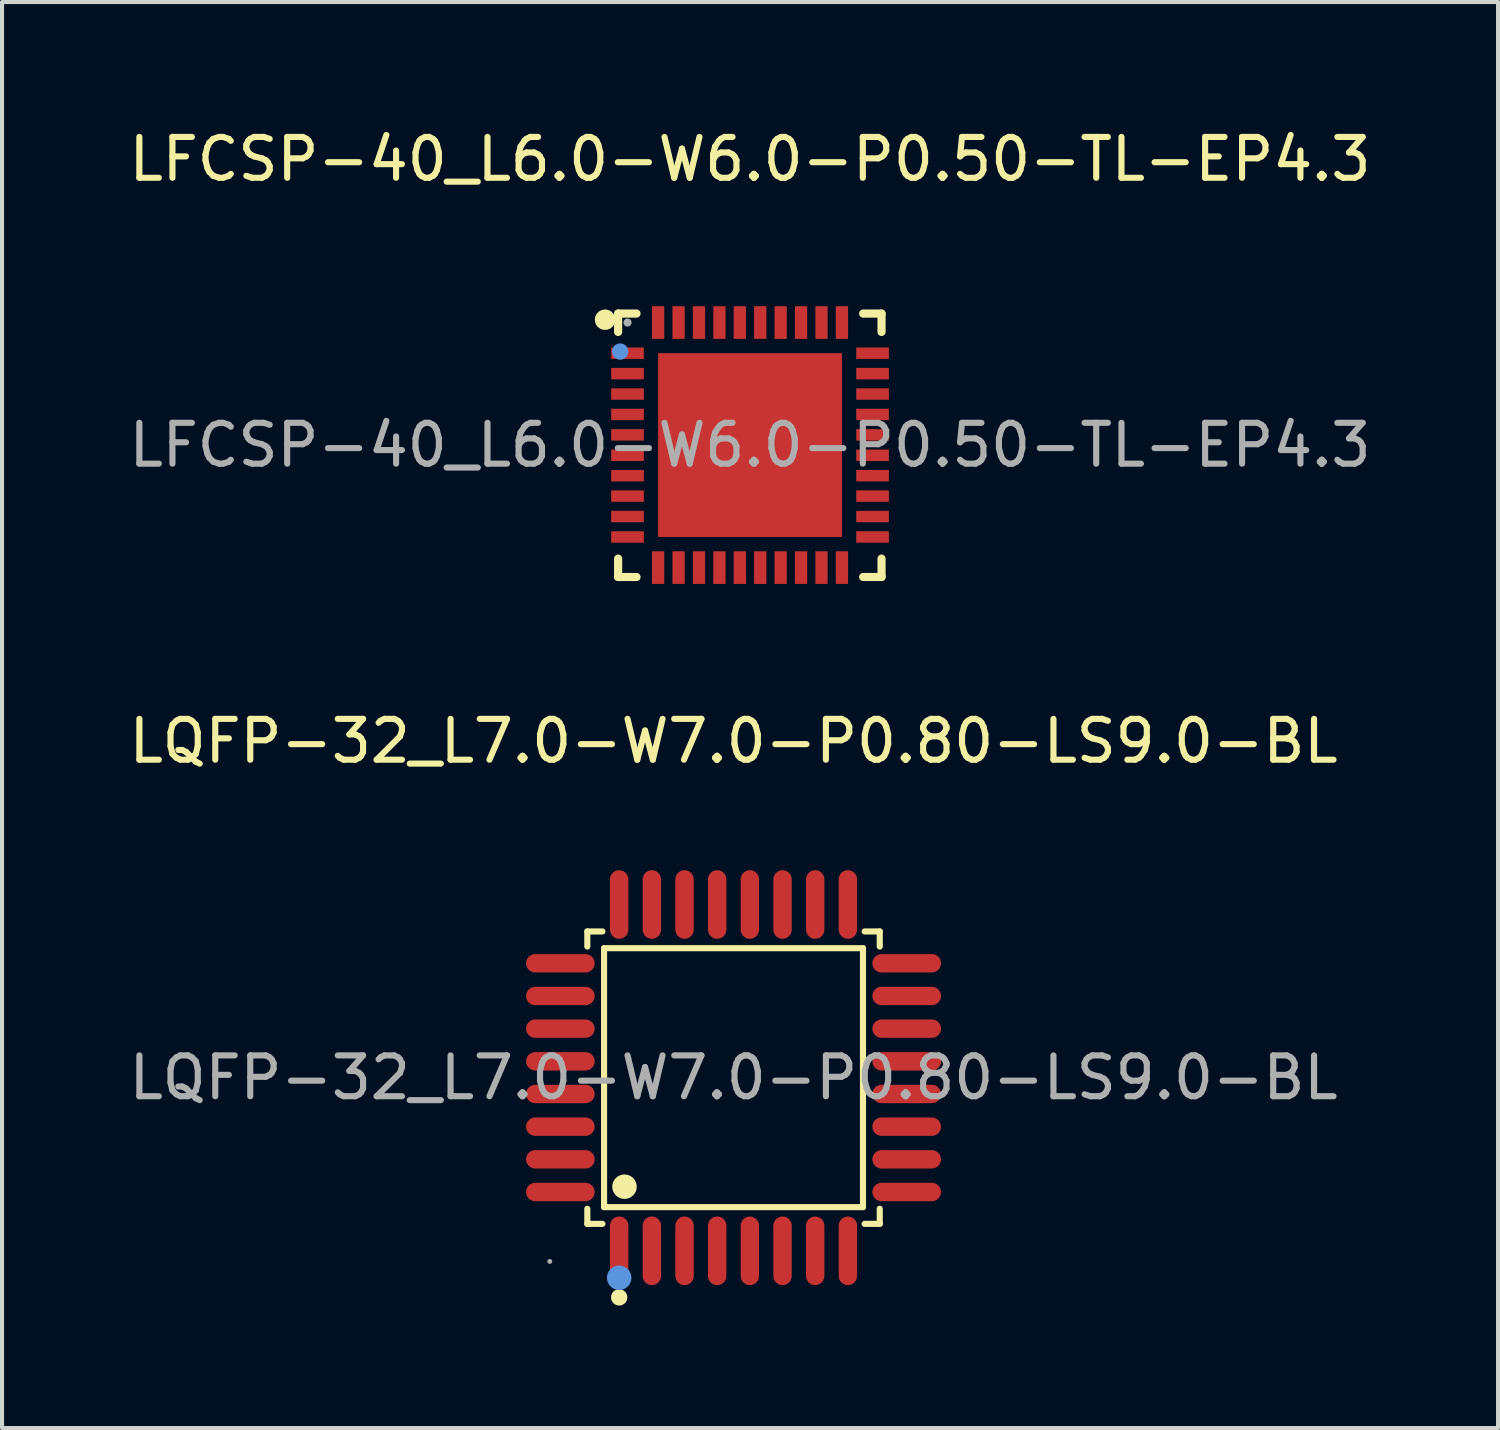
<source format=kicad_pcb>
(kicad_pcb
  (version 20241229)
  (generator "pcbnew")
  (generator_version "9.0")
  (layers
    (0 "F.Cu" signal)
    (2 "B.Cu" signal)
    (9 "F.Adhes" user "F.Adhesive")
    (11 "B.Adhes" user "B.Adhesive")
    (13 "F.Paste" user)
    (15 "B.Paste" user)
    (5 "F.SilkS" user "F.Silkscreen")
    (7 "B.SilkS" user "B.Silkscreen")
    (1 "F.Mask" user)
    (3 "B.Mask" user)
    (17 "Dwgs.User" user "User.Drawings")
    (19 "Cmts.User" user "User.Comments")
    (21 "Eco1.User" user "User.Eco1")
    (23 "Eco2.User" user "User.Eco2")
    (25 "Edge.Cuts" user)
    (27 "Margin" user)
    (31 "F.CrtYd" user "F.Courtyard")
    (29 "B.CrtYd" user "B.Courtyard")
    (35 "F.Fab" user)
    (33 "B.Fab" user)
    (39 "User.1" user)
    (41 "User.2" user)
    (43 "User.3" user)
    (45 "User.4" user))
  (footprint "LQFP-32_L7.0-W7.0-P0.80-LS9.0-BL"
    (layer "F.Cu")
    (at 14.911 23.337)
    (property "Reference" "LQFP-32_L7.0-W7.0-P0.80-LS9.0-BL" (at 0 -8.24 0) (layer "F.SilkS") (effects (font (size 1 1) (thickness 0.15))))
    (attr through_hole)
    (fp_line (start -3.58 -3.58) (end -3.21 -3.58) (stroke (width 0.15) (type solid)) (layer "F.SilkS"))
    (fp_line (start -3.58 -3.21) (end -3.58 -3.58) (stroke (width 0.15) (type solid)) (layer "F.SilkS"))
    (fp_line (start -3.58 3.21) (end -3.58 3.58) (stroke (width 0.15) (type solid)) (layer "F.SilkS"))
    (fp_line (start -3.58 3.58) (end -3.21 3.58) (stroke (width 0.15) (type solid)) (layer "F.SilkS"))
    (fp_line (start -3.17 -3.17) (end 3.17 -3.17) (stroke (width 0.15) (type solid)) (layer "F.SilkS"))
    (fp_line (start -3.17 3.17) (end -3.17 -3.17) (stroke (width 0.15) (type solid)) (layer "F.SilkS"))
    (fp_line (start 3.17 -3.17) (end 3.17 3.17) (stroke (width 0.15) (type solid)) (layer "F.SilkS"))
    (fp_line (start 3.17 3.17) (end -3.17 3.17) (stroke (width 0.15) (type solid)) (layer "F.SilkS"))
    (fp_line (start 3.58 -3.58) (end 3.21 -3.58) (stroke (width 0.15) (type solid)) (layer "F.SilkS"))
    (fp_line (start 3.58 -3.21) (end 3.58 -3.58) (stroke (width 0.15) (type solid)) (layer "F.SilkS"))
    (fp_line (start 3.58 3.21) (end 3.58 3.58) (stroke (width 0.15) (type solid)) (layer "F.SilkS"))
    (fp_line (start 3.58 3.58) (end 3.21 3.58) (stroke (width 0.15) (type solid)) (layer "F.SilkS"))
    (fp_circle (center -2.8 5.38) (end -2.7 5.38) (stroke (width 0.2) (type solid)) (fill no) (layer "F.SilkS"))
    (fp_circle (center -2.67 2.67) (end -2.52 2.67) (stroke (width 0.3) (type solid)) (fill no) (layer "F.SilkS"))
    (fp_circle (center -2.8 4.9) (end -2.65 4.9) (stroke (width 0.3) (type solid)) (fill no) (layer "Cmts.User"))
    (fp_circle (center -4.5 4.5) (end -4.47 4.5) (stroke (width 0.06) (type solid)) (fill no) (layer "F.Fab"))
    (fp_text user "${REFERENCE}" (at 0 0 0) (layer "F.Fab") (effects (font (size 1 1) (thickness 0.15))))
    (pad "1" smd oval (at -2.8 4.24) (size 0.45 1.68) (layers "F.Cu" "F.Mask" "F.Paste"))
    (pad "2" smd oval (at -2 4.24) (size 0.45 1.68) (layers "F.Cu" "F.Mask" "F.Paste"))
    (pad "3" smd oval (at -1.2 4.24) (size 0.45 1.68) (layers "F.Cu" "F.Mask" "F.Paste"))
    (pad "4" smd oval (at -0.4 4.24) (size 0.45 1.68) (layers "F.Cu" "F.Mask" "F.Paste"))
    (pad "5" smd oval (at 0.4 4.24) (size 0.45 1.68) (layers "F.Cu" "F.Mask" "F.Paste"))
    (pad "6" smd oval (at 1.2 4.24) (size 0.45 1.68) (layers "F.Cu" "F.Mask" "F.Paste"))
    (pad "7" smd oval (at 2 4.24) (size 0.45 1.68) (layers "F.Cu" "F.Mask" "F.Paste"))
    (pad "8" smd oval (at 2.8 4.24) (size 0.45 1.68) (layers "F.Cu" "F.Mask" "F.Paste"))
    (pad "9" smd oval (at 4.24 2.8) (size 1.68 0.45) (layers "F.Cu" "F.Mask" "F.Paste"))
    (pad "10" smd oval (at 4.24 2) (size 1.68 0.45) (layers "F.Cu" "F.Mask" "F.Paste"))
    (pad "11" smd oval (at 4.24 1.2) (size 1.68 0.45) (layers "F.Cu" "F.Mask" "F.Paste"))
    (pad "12" smd oval (at 4.24 0.4) (size 1.68 0.45) (layers "F.Cu" "F.Mask" "F.Paste"))
    (pad "13" smd oval (at 4.24 -0.4) (size 1.68 0.45) (layers "F.Cu" "F.Mask" "F.Paste"))
    (pad "14" smd oval (at 4.24 -1.2) (size 1.68 0.45) (layers "F.Cu" "F.Mask" "F.Paste"))
    (pad "15" smd oval (at 4.24 -2) (size 1.68 0.45) (layers "F.Cu" "F.Mask" "F.Paste"))
    (pad "16" smd oval (at 4.24 -2.8) (size 1.68 0.45) (layers "F.Cu" "F.Mask" "F.Paste"))
    (pad "17" smd oval (at 2.8 -4.24) (size 0.45 1.68) (layers "F.Cu" "F.Mask" "F.Paste"))
    (pad "18" smd oval (at 2 -4.24) (size 0.45 1.68) (layers "F.Cu" "F.Mask" "F.Paste"))
    (pad "19" smd oval (at 1.2 -4.24) (size 0.45 1.68) (layers "F.Cu" "F.Mask" "F.Paste"))
    (pad "20" smd oval (at 0.4 -4.24) (size 0.45 1.68) (layers "F.Cu" "F.Mask" "F.Paste"))
    (pad "21" smd oval (at -0.4 -4.24) (size 0.45 1.68) (layers "F.Cu" "F.Mask" "F.Paste"))
    (pad "22" smd oval (at -1.2 -4.24) (size 0.45 1.68) (layers "F.Cu" "F.Mask" "F.Paste"))
    (pad "23" smd oval (at -2 -4.24) (size 0.45 1.68) (layers "F.Cu" "F.Mask" "F.Paste"))
    (pad "24" smd oval (at -2.8 -4.24) (size 0.45 1.68) (layers "F.Cu" "F.Mask" "F.Paste"))
    (pad "25" smd oval (at -4.24 -2.8) (size 1.68 0.45) (layers "F.Cu" "F.Mask" "F.Paste"))
    (pad "26" smd oval (at -4.24 -2) (size 1.68 0.45) (layers "F.Cu" "F.Mask" "F.Paste"))
    (pad "27" smd oval (at -4.24 -1.2) (size 1.68 0.45) (layers "F.Cu" "F.Mask" "F.Paste"))
    (pad "28" smd oval (at -4.24 -0.4) (size 1.68 0.45) (layers "F.Cu" "F.Mask" "F.Paste"))
    (pad "29" smd oval (at -4.24 0.4) (size 1.68 0.45) (layers "F.Cu" "F.Mask" "F.Paste"))
    (pad "30" smd oval (at -4.24 1.2) (size 1.68 0.45) (layers "F.Cu" "F.Mask" "F.Paste"))
    (pad "31" smd oval (at -4.24 2) (size 1.68 0.45) (layers "F.Cu" "F.Mask" "F.Paste"))
    (pad "32" smd oval (at -4.24 2.8) (size 1.68 0.45) (layers "F.Cu" "F.Mask" "F.Paste")))
  (footprint "LFCSP-40_L6.0-W6.0-P0.50-TL-EP4.3"
    (layer "F.Cu")
    (at 15.315 7.848)
    (property "Reference" "LFCSP-40_L6.0-W6.0-P0.50-TL-EP4.3" (at 0 -7 0) (layer "F.SilkS") (effects (font (size 1 1) (thickness 0.15))))
    (attr through_hole)
    (fp_line (start -3.23 -3.22) (end -2.78 -3.22) (stroke (width 0.2) (type solid)) (layer "F.SilkS"))
    (fp_line (start -3.23 -2.77) (end -3.23 -3.22) (stroke (width 0.2) (type solid)) (layer "F.SilkS"))
    (fp_line (start -3.23 2.78) (end -3.23 3.23) (stroke (width 0.2) (type solid)) (layer "F.SilkS"))
    (fp_line (start -3.23 3.23) (end -2.78 3.23) (stroke (width 0.2) (type solid)) (layer "F.SilkS"))
    (fp_line (start 2.77 -3.22) (end 3.22 -3.22) (stroke (width 0.2) (type solid)) (layer "F.SilkS"))
    (fp_line (start 2.77 3.23) (end 3.22 3.23) (stroke (width 0.2) (type solid)) (layer "F.SilkS"))
    (fp_line (start 3.22 -3.22) (end 3.22 -2.77) (stroke (width 0.2) (type solid)) (layer "F.SilkS"))
    (fp_line (start 3.22 3.23) (end 3.22 2.78) (stroke (width 0.2) (type solid)) (layer "F.SilkS"))
    (fp_arc (start -3.55 -3.07) (mid -3.55 -3.07) (end -3.55 -3.07) (stroke (width 0.25) (type solid)) (layer "F.SilkS"))
    (fp_circle (center -3.18 -2.29) (end -3.08 -2.29) (stroke (width 0.2) (type solid)) (fill no) (layer "Cmts.User"))
    (fp_circle (center -3 -3) (end -2.95 -3) (stroke (width 0.1) (type solid)) (fill no) (layer "F.Fab"))
    (fp_text user "${REFERENCE}" (at 0 0 0) (layer "F.Fab") (effects (font (size 1 1) (thickness 0.15))))
    (pad "1" smd rect (at -3 -2.25) (size 0.8 0.28) (layers "F.Cu" "F.Mask" "F.Paste"))
    (pad "2" smd rect (at -3 -1.75) (size 0.8 0.28) (layers "F.Cu" "F.Mask" "F.Paste"))
    (pad "3" smd rect (at -3 -1.25) (size 0.8 0.28) (layers "F.Cu" "F.Mask" "F.Paste"))
    (pad "4" smd rect (at -3 -0.75) (size 0.8 0.28) (layers "F.Cu" "F.Mask" "F.Paste"))
    (pad "5" smd rect (at -3 -0.25) (size 0.8 0.28) (layers "F.Cu" "F.Mask" "F.Paste"))
    (pad "6" smd rect (at -3 0.25) (size 0.8 0.28) (layers "F.Cu" "F.Mask" "F.Paste"))
    (pad "7" smd rect (at -3 0.75) (size 0.8 0.28) (layers "F.Cu" "F.Mask" "F.Paste"))
    (pad "8" smd rect (at -3 1.25) (size 0.8 0.28) (layers "F.Cu" "F.Mask" "F.Paste"))
    (pad "9" smd rect (at -3 1.75) (size 0.8 0.28) (layers "F.Cu" "F.Mask" "F.Paste"))
    (pad "10" smd rect (at -3 2.25) (size 0.8 0.28) (layers "F.Cu" "F.Mask" "F.Paste"))
    (pad "11" smd rect (at -2.25 3) (size 0.3 0.8) (layers "F.Cu" "F.Mask" "F.Paste"))
    (pad "12" smd rect (at -1.75 3) (size 0.3 0.8) (layers "F.Cu" "F.Mask" "F.Paste"))
    (pad "13" smd rect (at -1.25 3) (size 0.3 0.8) (layers "F.Cu" "F.Mask" "F.Paste"))
    (pad "14" smd rect (at -0.75 3) (size 0.3 0.8) (layers "F.Cu" "F.Mask" "F.Paste"))
    (pad "15" smd rect (at -0.25 3) (size 0.3 0.8) (layers "F.Cu" "F.Mask" "F.Paste"))
    (pad "16" smd rect (at 0.25 3) (size 0.3 0.8) (layers "F.Cu" "F.Mask" "F.Paste"))
    (pad "17" smd rect (at 0.75 3) (size 0.3 0.8) (layers "F.Cu" "F.Mask" "F.Paste"))
    (pad "18" smd rect (at 1.25 3) (size 0.3 0.8) (layers "F.Cu" "F.Mask" "F.Paste"))
    (pad "19" smd rect (at 1.75 3) (size 0.3 0.8) (layers "F.Cu" "F.Mask" "F.Paste"))
    (pad "20" smd rect (at 2.25 3) (size 0.3 0.8) (layers "F.Cu" "F.Mask" "F.Paste"))
    (pad "21" smd rect (at 3 2.25) (size 0.8 0.28) (layers "F.Cu" "F.Mask" "F.Paste"))
    (pad "22" smd rect (at 3 1.75) (size 0.8 0.28) (layers "F.Cu" "F.Mask" "F.Paste"))
    (pad "23" smd rect (at 3 1.25) (size 0.8 0.28) (layers "F.Cu" "F.Mask" "F.Paste"))
    (pad "24" smd rect (at 3 0.75) (size 0.8 0.28) (layers "F.Cu" "F.Mask" "F.Paste"))
    (pad "25" smd rect (at 3 0.25) (size 0.8 0.28) (layers "F.Cu" "F.Mask" "F.Paste"))
    (pad "26" smd rect (at 3 -0.25) (size 0.8 0.28) (layers "F.Cu" "F.Mask" "F.Paste"))
    (pad "27" smd rect (at 3 -0.75) (size 0.8 0.28) (layers "F.Cu" "F.Mask" "F.Paste"))
    (pad "28" smd rect (at 3 -1.25) (size 0.8 0.28) (layers "F.Cu" "F.Mask" "F.Paste"))
    (pad "29" smd rect (at 3 -1.75) (size 0.8 0.28) (layers "F.Cu" "F.Mask" "F.Paste"))
    (pad "30" smd rect (at 3 -2.25) (size 0.8 0.28) (layers "F.Cu" "F.Mask" "F.Paste"))
    (pad "31" smd rect (at 2.25 -3) (size 0.3 0.8) (layers "F.Cu" "F.Mask" "F.Paste"))
    (pad "32" smd rect (at 1.75 -3) (size 0.3 0.8) (layers "F.Cu" "F.Mask" "F.Paste"))
    (pad "33" smd rect (at 1.25 -3) (size 0.3 0.8) (layers "F.Cu" "F.Mask" "F.Paste"))
    (pad "34" smd rect (at 0.75 -3) (size 0.3 0.8) (layers "F.Cu" "F.Mask" "F.Paste"))
    (pad "35" smd rect (at 0.25 -3) (size 0.3 0.8) (layers "F.Cu" "F.Mask" "F.Paste"))
    (pad "36" smd rect (at -0.25 -3) (size 0.3 0.8) (layers "F.Cu" "F.Mask" "F.Paste"))
    (pad "37" smd rect (at -0.75 -3) (size 0.3 0.8) (layers "F.Cu" "F.Mask" "F.Paste"))
    (pad "38" smd rect (at -1.25 -3) (size 0.3 0.8) (layers "F.Cu" "F.Mask" "F.Paste"))
    (pad "39" smd rect (at -1.75 -3) (size 0.3 0.8) (layers "F.Cu" "F.Mask" "F.Paste"))
    (pad "40" smd rect (at -2.25 -3) (size 0.3 0.8) (layers "F.Cu" "F.Mask" "F.Paste"))
    (pad "41" smd rect (at 0 0) (size 4.5 4.5) (layers "F.Cu" "F.Mask" "F.Paste")))
  (gr_rect
    (start -3 -3)
    (end 33.631 31.916)
    (stroke (width 0.1) (type default))
    (fill no)
    (layer "Edge.Cuts")))
</source>
